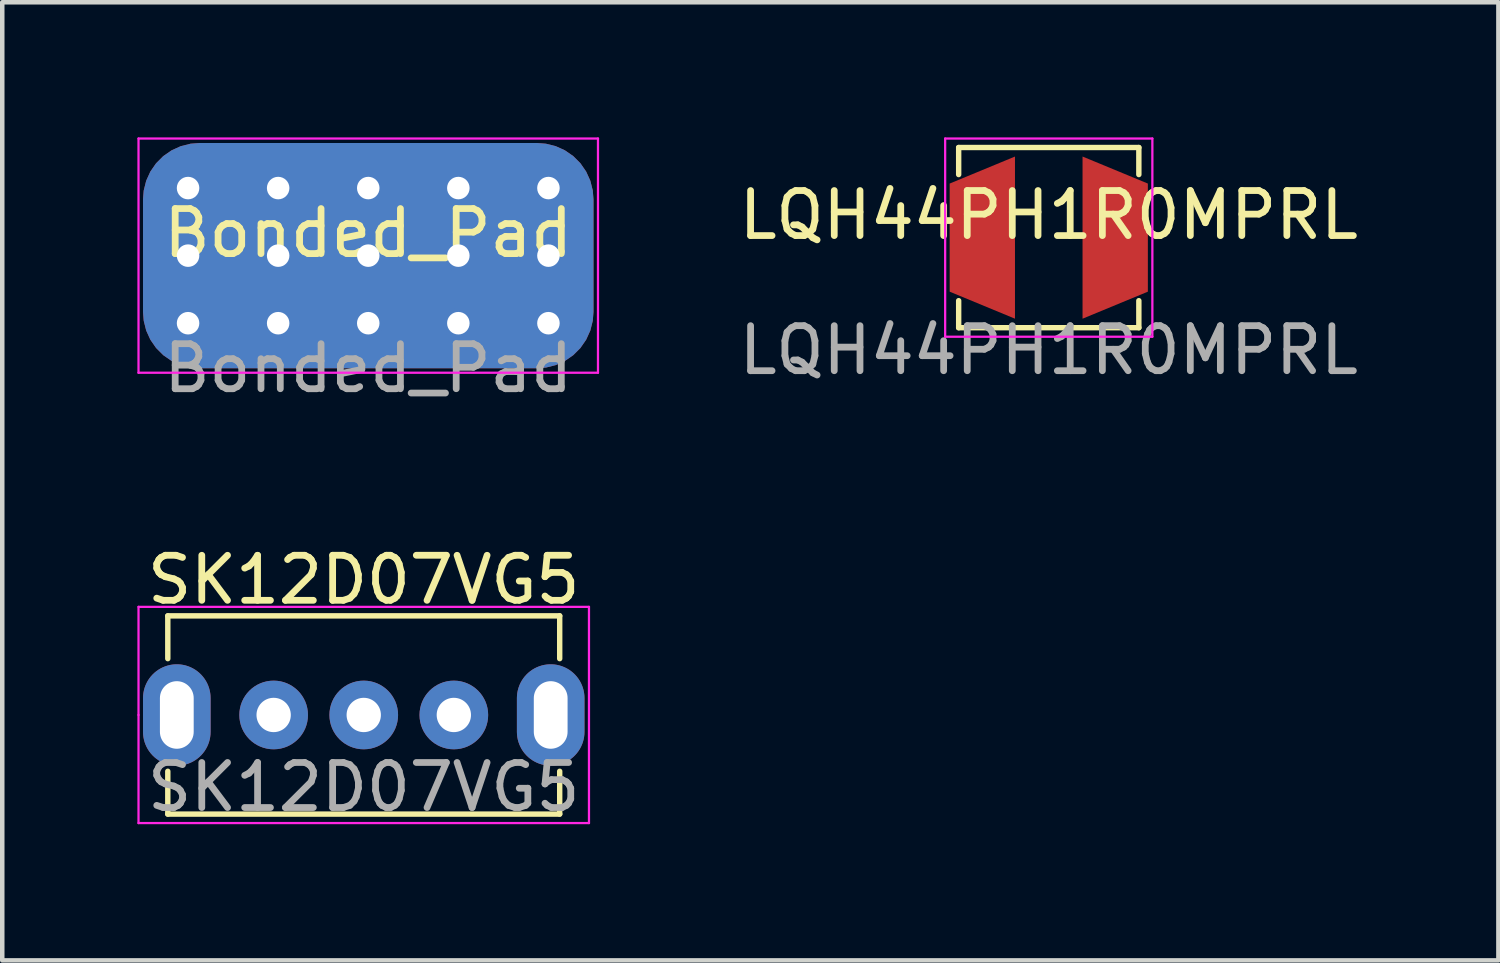
<source format=kicad_pcb>
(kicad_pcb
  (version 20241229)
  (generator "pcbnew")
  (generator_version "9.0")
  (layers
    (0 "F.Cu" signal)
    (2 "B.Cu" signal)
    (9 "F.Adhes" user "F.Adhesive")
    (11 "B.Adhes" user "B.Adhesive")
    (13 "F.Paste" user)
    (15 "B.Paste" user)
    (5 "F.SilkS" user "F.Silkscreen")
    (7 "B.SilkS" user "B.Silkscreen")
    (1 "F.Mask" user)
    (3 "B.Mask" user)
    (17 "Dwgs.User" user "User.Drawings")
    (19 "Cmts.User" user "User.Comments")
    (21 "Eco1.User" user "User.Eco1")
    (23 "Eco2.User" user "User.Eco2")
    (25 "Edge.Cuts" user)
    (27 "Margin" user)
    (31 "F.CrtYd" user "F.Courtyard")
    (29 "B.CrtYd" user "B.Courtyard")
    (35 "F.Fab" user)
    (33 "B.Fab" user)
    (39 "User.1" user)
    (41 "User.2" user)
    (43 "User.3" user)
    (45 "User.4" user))
  (footprint "LQH44PH1R0MPRL"
    (layer "F.Cu")
    (at 20.232 2.225)
    (property "Reference" "LQH44PH1R0MPRL" (at 0 -0.5 0) (unlocked yes) (layer "F.SilkS") (effects (font (size 1 1) (thickness 0.15))))
    (attr smd)
    (fp_line (start -2 -2) (end 2 -2) (stroke (width 0.12) (type default)) (layer "F.SilkS"))
    (fp_line (start -2 -1.4) (end -2 -2) (stroke (width 0.12) (type default)) (layer "F.SilkS"))
    (fp_line (start -2 2) (end -2 1.4) (stroke (width 0.12) (type default)) (layer "F.SilkS"))
    (fp_line (start 2 -2) (end 2 -1.4) (stroke (width 0.12) (type default)) (layer "F.SilkS"))
    (fp_line (start 2 1.4) (end 2 2) (stroke (width 0.12) (type default)) (layer "F.SilkS"))
    (fp_line (start 2 2) (end -2 2) (stroke (width 0.12) (type default)) (layer "F.SilkS"))
    (fp_line (start -2.3 -2.2) (end 2.3 -2.2) (stroke (width 0.05) (type default)) (layer "F.CrtYd"))
    (fp_line (start -2.3 2.2) (end -2.3 -2.2) (stroke (width 0.05) (type default)) (layer "F.CrtYd"))
    (fp_line (start 2.3 -2.2) (end 2.3 2.2) (stroke (width 0.05) (type default)) (layer "F.CrtYd"))
    (fp_line (start 2.3 2.2) (end -2.3 2.2) (stroke (width 0.05) (type default)) (layer "F.CrtYd"))
    (fp_text user "${REFERENCE}" (at 0 2.5 0) (unlocked yes) (layer "F.Fab") (effects (font (size 1 1) (thickness 0.15))))
    (pad "1" smd trapezoid (at -1.475 0 180) (size 1.45 3) (rect_delta 0.6 0) (layers "F.Cu" "F.Mask" "F.Paste"))
    (pad "2" smd trapezoid (at 1.475 0 180) (size 1.45 3) (rect_delta -0.6 0) (layers "F.Cu" "F.Mask" "F.Paste")))
  (footprint "Bonded_Pad"
    (layer "F.Cu")
    (at 5.125 2.625)
    (property "Reference" "Bonded_Pad" (at 0 -0.5 0) (unlocked yes) (layer "F.SilkS") (effects (font (size 1 1) (thickness 0.15))))
    (attr smd)
    (fp_line (start -5.1 -2.6) (end 5.1 -2.6) (stroke (width 0.05) (type default)) (layer "F.CrtYd"))
    (fp_line (start -5.1 2.6) (end -5.1 -2.6) (stroke (width 0.05) (type default)) (layer "F.CrtYd"))
    (fp_line (start 5.1 -2.6) (end 5.1 2.6) (stroke (width 0.05) (type default)) (layer "F.CrtYd"))
    (fp_line (start 5.1 2.6) (end -5.1 2.6) (stroke (width 0.05) (type default)) (layer "F.CrtYd"))
    (fp_text user "${REFERENCE}" (at 0 2.5 0) (unlocked yes) (layer "F.Fab") (effects (font (size 1 1) (thickness 0.15))))
    (pad "1" thru_hole circle (at -4 -1.5) (size 0.7 0.7) (drill 0.5) (layers "*.Cu"))
    (pad "1" thru_hole circle (at -4 0) (size 0.7 0.7) (drill 0.5) (layers "*.Cu"))
    (pad "1" thru_hole circle (at -4 1.5) (size 0.7 0.7) (drill 0.5) (layers "*.Cu"))
    (pad "1" thru_hole circle (at -2 -1.5) (size 0.7 0.7) (drill 0.5) (layers "*.Cu"))
    (pad "1" thru_hole circle (at -2 0) (size 0.7 0.7) (drill 0.5) (layers "*.Cu"))
    (pad "1" thru_hole circle (at -2 1.5) (size 0.7 0.7) (drill 0.5) (layers "*.Cu"))
    (pad "1" thru_hole circle (at 0 -1.5) (size 0.7 0.7) (drill 0.5) (layers "*.Cu"))
    (pad "1" thru_hole circle (at 0 0) (size 0.7 0.7) (drill 0.5) (layers "*.Cu"))
    (pad "1" smd roundrect (at 0 0) (size 10 5) (layers "F.Cu" "F.Mask") (roundrect_rratio 0.25))
    (pad "1" smd roundrect (at 0 0) (size 10 5) (layers "B.Cu" "B.Mask") (roundrect_rratio 0.25))
    (pad "1" thru_hole circle (at 0 1.5) (size 0.7 0.7) (drill 0.5) (layers "*.Cu"))
    (pad "1" thru_hole circle (at 2 -1.5) (size 0.7 0.7) (drill 0.5) (layers "*.Cu"))
    (pad "1" thru_hole circle (at 2 0) (size 0.7 0.7) (drill 0.5) (layers "*.Cu"))
    (pad "1" thru_hole circle (at 2 1.5) (size 0.7 0.7) (drill 0.5) (layers "*.Cu"))
    (pad "1" thru_hole circle (at 4 -1.5) (size 0.7 0.7) (drill 0.5) (layers "*.Cu"))
    (pad "1" thru_hole circle (at 4 0) (size 0.7 0.7) (drill 0.5) (layers "*.Cu"))
    (pad "1" thru_hole circle (at 4 1.5) (size 0.7 0.7) (drill 0.5) (layers "*.Cu")))
  (footprint "SK12D07VG5"
    (layer "F.Cu")
    (at 5.025 12.822)
    (property "Reference" "SK12D07VG5" (at 0 -3 0) (unlocked yes) (layer "F.SilkS") (effects (font (size 1 1) (thickness 0.15))))
    (attr through_hole)
    (fp_line (start -4.35 -2.2) (end 4.35 -2.2) (stroke (width 0.12) (type default)) (layer "F.SilkS"))
    (fp_line (start -4.35 -1.25) (end -4.35 -2.2) (stroke (width 0.12) (type default)) (layer "F.SilkS"))
    (fp_line (start -4.35 2.2) (end -4.35 1.25) (stroke (width 0.12) (type default)) (layer "F.SilkS"))
    (fp_line (start 4.35 -2.2) (end 4.35 -1.25) (stroke (width 0.12) (type default)) (layer "F.SilkS"))
    (fp_line (start 4.35 1.25) (end 4.35 2.2) (stroke (width 0.12) (type default)) (layer "F.SilkS"))
    (fp_line (start 4.35 2.2) (end -4.35 2.2) (stroke (width 0.12) (type default)) (layer "F.SilkS"))
    (fp_line (start -5 -2.4) (end 5 -2.4) (stroke (width 0.05) (type default)) (layer "F.CrtYd"))
    (fp_line (start -5 0) (end -5 -2.4) (stroke (width 0.05) (type default)) (layer "F.CrtYd"))
    (fp_line (start -5 2.4) (end -5 0) (stroke (width 0.05) (type default)) (layer "F.CrtYd"))
    (fp_line (start 5 -2.4) (end 5 2.4) (stroke (width 0.05) (type default)) (layer "F.CrtYd"))
    (fp_line (start 5 2.4) (end -5 2.4) (stroke (width 0.05) (type default)) (layer "F.CrtYd"))
    (fp_text user "${REFERENCE}" (at 0 1.6 0) (unlocked yes) (layer "F.Fab") (effects (font (size 1 1) (thickness 0.15))))
    (pad "" thru_hole oval (at -4.15 0) (size 1.5 2.25) (drill oval 0.75 1.5) (layers "*.Cu" "*.Mask"))
    (pad "" thru_hole oval (at 4.15 0) (size 1.5 2.25) (drill oval 0.75 1.5) (layers "*.Cu" "*.Mask"))
    (pad "1" thru_hole circle (at -2 0) (size 1.524 1.524) (drill 0.762) (layers "*.Cu" "*.Mask"))
    (pad "2" thru_hole circle (at 0 0) (size 1.524 1.524) (drill 0.762) (layers "*.Cu" "*.Mask"))
    (pad "3" thru_hole circle (at 2 0) (size 1.524 1.524) (drill 0.762) (layers "*.Cu" "*.Mask")))
  (gr_rect
    (start -3 -3)
    (end 30.214 18.27)
    (stroke (width 0.1) (type default))
    (fill no)
    (layer "Edge.Cuts")))
</source>
